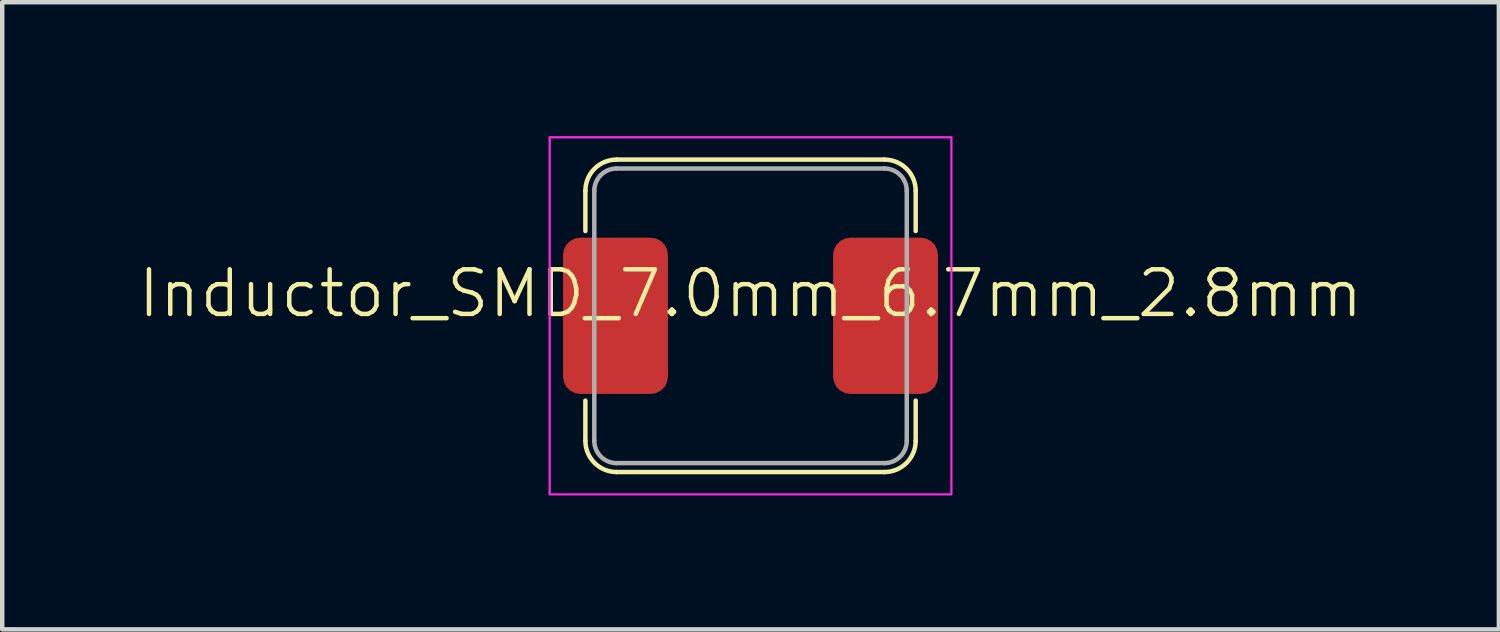
<source format=kicad_pcb>
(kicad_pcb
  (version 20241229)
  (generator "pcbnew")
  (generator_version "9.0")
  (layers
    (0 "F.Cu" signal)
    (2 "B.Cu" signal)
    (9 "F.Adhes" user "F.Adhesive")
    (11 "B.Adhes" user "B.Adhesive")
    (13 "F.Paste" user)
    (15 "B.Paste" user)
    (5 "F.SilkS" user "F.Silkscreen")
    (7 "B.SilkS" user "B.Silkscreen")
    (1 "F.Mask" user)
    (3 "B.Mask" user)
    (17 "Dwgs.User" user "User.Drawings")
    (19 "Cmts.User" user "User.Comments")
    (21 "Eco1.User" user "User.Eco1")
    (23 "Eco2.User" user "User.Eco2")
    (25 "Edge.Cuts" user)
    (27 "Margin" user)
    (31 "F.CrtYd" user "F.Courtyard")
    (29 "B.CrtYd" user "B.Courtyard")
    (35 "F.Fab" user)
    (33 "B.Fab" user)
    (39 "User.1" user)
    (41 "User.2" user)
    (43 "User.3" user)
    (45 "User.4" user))
  (footprint "Inductor_SMD_7.0mm_6.7mm_2.8mm"
    (layer "F.Cu")
    (at 13.764 4.025)
    (property "Reference" "Inductor_SMD_7.0mm_6.7mm_2.8mm" (at 0 -0.5 0) (unlocked yes) (layer "F.SilkS") (effects (font (size 1 1) (thickness 0.1))))
    (attr smd)
    (fp_line (start -3.7 -2.8) (end -3.7 -1.9) (stroke (width 0.1) (type default)) (layer "F.SilkS"))
    (fp_line (start -3.7 2.8) (end -3.7 1.9) (stroke (width 0.1) (type default)) (layer "F.SilkS"))
    (fp_line (start -3 -3.5) (end 3 -3.5) (stroke (width 0.1) (type default)) (layer "F.SilkS"))
    (fp_line (start -3 3.5) (end 3 3.5) (stroke (width 0.1) (type default)) (layer "F.SilkS"))
    (fp_line (start 3.7 -2.8) (end 3.7 -1.9) (stroke (width 0.1) (type default)) (layer "F.SilkS"))
    (fp_line (start 3.7 2.8) (end 3.7 1.9) (stroke (width 0.1) (type default)) (layer "F.SilkS"))
    (fp_arc (start -3.7 -2.8) (mid -3.494975 -3.294975) (end -3 -3.5) (stroke (width 0.1) (type default)) (layer "F.SilkS"))
    (fp_arc (start -3 3.5) (mid -3.494975 3.294975) (end -3.7 2.8) (stroke (width 0.1) (type default)) (layer "F.SilkS"))
    (fp_arc (start 3 -3.5) (mid 3.494975 -3.294975) (end 3.7 -2.8) (stroke (width 0.1) (type default)) (layer "F.SilkS"))
    (fp_arc (start 3.7 2.8) (mid 3.494975 3.294975) (end 3 3.5) (stroke (width 0.1) (type default)) (layer "F.SilkS"))
    (fp_rect (start -4.5 -4) (end 4.5 4) (stroke (width 0.05) (type default)) (fill no) (layer "F.CrtYd"))
    (fp_line (start -3.5 2.8) (end -3.5 -2.8) (stroke (width 0.1) (type default)) (layer "F.Fab"))
    (fp_line (start -3 -3.3) (end 3 -3.3) (stroke (width 0.1) (type default)) (layer "F.Fab"))
    (fp_line (start 3 3.3) (end -3 3.3) (stroke (width 0.1) (type default)) (layer "F.Fab"))
    (fp_line (start 3.5 -2.8) (end 3.5 2.8) (stroke (width 0.1) (type default)) (layer "F.Fab"))
    (fp_arc (start -3.5 -2.8) (mid -3.353553 -3.153553) (end -3 -3.3) (stroke (width 0.1) (type default)) (layer "F.Fab"))
    (fp_arc (start -3 3.3) (mid -3.353553 3.153553) (end -3.5 2.8) (stroke (width 0.1) (type default)) (layer "F.Fab"))
    (fp_arc (start 3 -3.3) (mid 3.353553 -3.153553) (end 3.5 -2.8) (stroke (width 0.1) (type default)) (layer "F.Fab"))
    (fp_arc (start 3.5 2.8) (mid 3.353553 3.153553) (end 3 3.3) (stroke (width 0.1) (type default)) (layer "F.Fab"))
    (pad "1" smd roundrect (at -3.025 0) (size 2.35 3.5) (layers "F.Cu" "F.Mask" "F.Paste") (roundrect_rratio 0.164))
    (pad "2" smd roundrect (at 3.025 0) (size 2.35 3.5) (layers "F.Cu" "F.Mask" "F.Paste") (roundrect_rratio 0.164)))
  (gr_rect
    (start -3 -3)
    (end 30.529 11.05)
    (stroke (width 0.1) (type default))
    (fill no)
    (layer "Edge.Cuts")))
</source>
